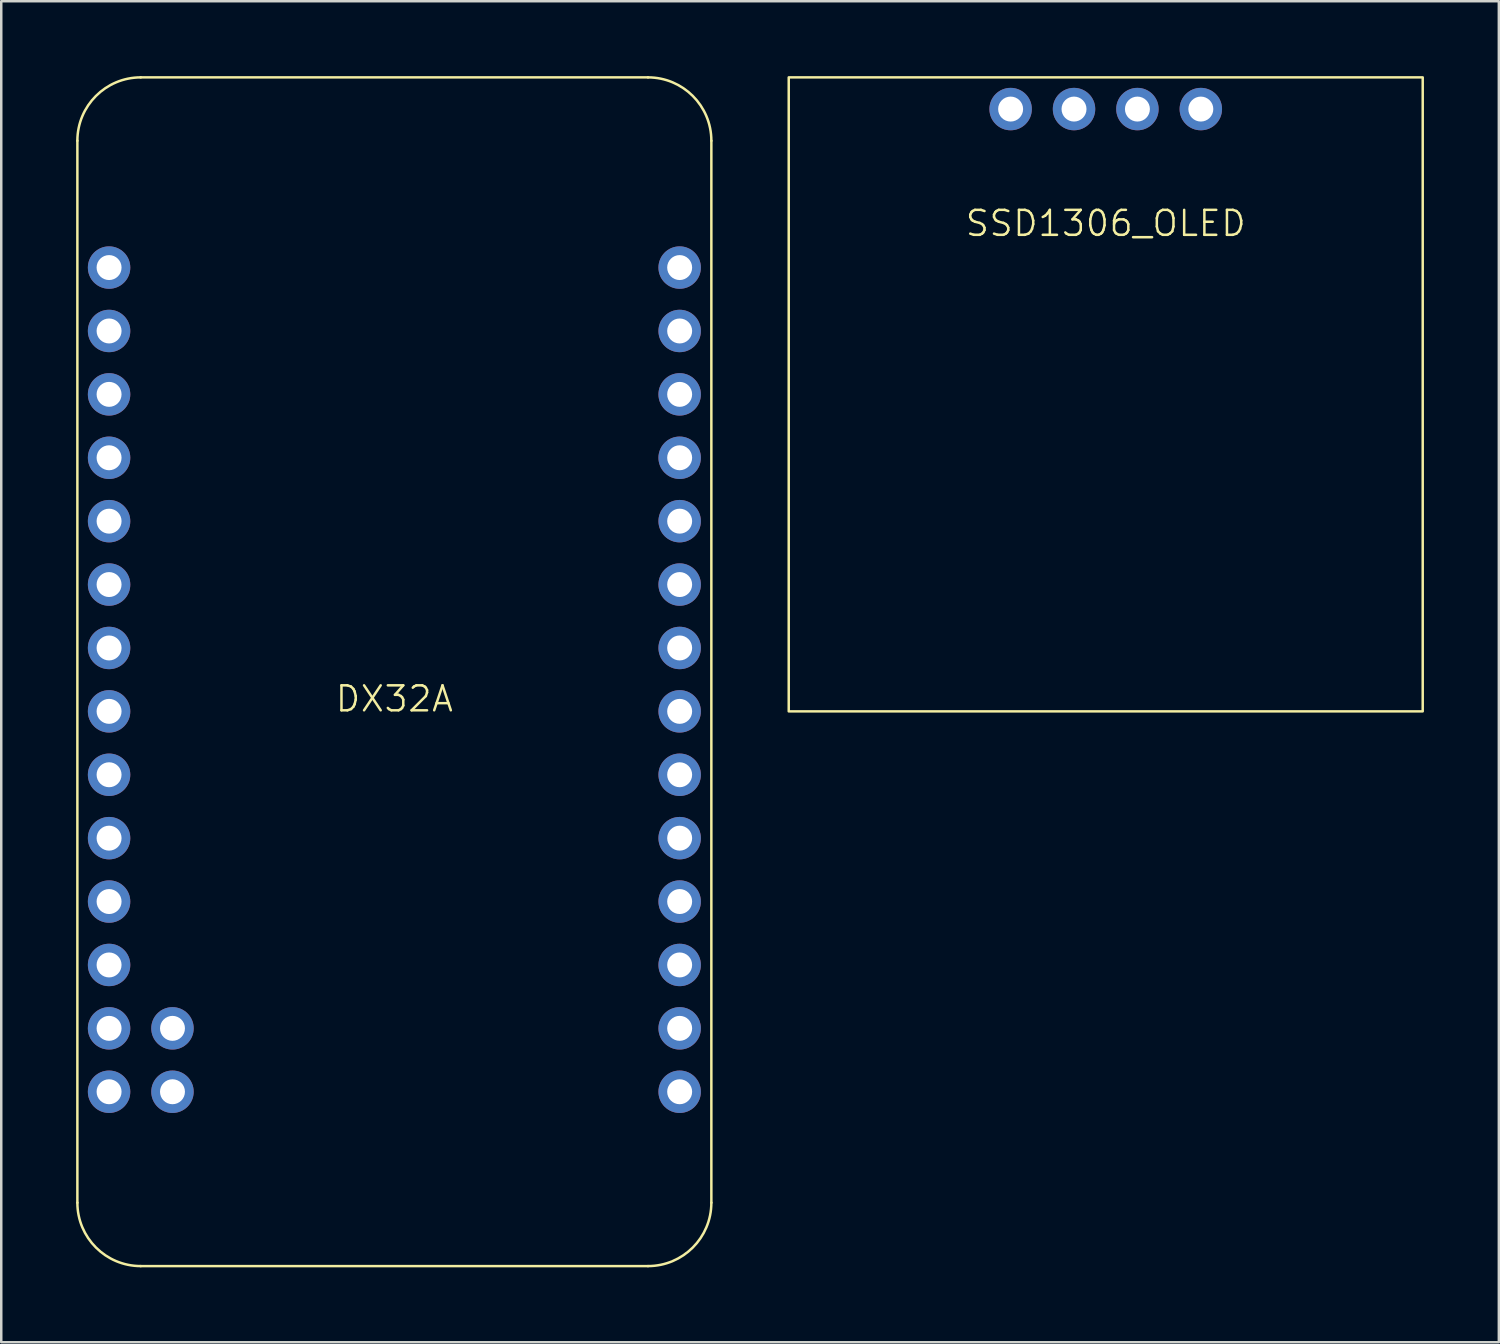
<source format=kicad_pcb>
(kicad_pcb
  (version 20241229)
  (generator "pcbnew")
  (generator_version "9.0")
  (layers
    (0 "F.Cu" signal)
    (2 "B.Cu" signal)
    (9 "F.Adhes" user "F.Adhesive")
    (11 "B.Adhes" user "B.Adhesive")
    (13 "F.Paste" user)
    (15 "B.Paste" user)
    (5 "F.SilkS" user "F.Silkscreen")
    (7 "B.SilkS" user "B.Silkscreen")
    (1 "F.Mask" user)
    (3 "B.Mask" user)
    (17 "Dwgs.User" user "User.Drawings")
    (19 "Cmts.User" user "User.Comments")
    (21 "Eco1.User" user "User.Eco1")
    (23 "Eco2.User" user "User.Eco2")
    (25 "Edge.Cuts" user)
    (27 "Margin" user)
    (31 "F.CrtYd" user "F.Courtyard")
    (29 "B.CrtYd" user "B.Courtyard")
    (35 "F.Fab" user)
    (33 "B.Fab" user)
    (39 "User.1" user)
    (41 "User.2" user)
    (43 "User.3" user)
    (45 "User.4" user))
  (footprint "SSD1306_OLED"
    (layer "F.Cu")
    (at 41.25 6.4)
    (property "Reference" "SSD1306_OLED" (at 0 -0.5 0) (unlocked yes) (layer "F.SilkS") (effects (font (size 1 1) (thickness 0.1))))
    (attr through_hole)
    (fp_rect (start -12.7 -6.35) (end 12.7 19.05) (stroke (width 0.1) (type default)) (fill no) (layer "F.SilkS"))
    (pad "1" thru_hole circle (at -3.81 -5.08) (size 1.7 1.7) (drill 1) (layers "*.Cu" "*.Mask"))
    (pad "2" thru_hole circle (at -1.27 -5.08) (size 1.7 1.7) (drill 1) (layers "*.Cu" "*.Mask"))
    (pad "3" thru_hole circle (at 1.27 -5.08) (size 1.7 1.7) (drill 1) (layers "*.Cu" "*.Mask"))
    (pad "4" thru_hole circle (at 3.81 -5.08) (size 1.7 1.7) (drill 1) (layers "*.Cu" "*.Mask")))
  (footprint "DX32A"
    (layer "F.Cu")
    (at 12.75 25.45)
    (property "Reference" "DX32A" (at 0 -0.5 0) (unlocked yes) (layer "F.SilkS") (effects (font (size 1 1) (thickness 0.1))))
    (attr through_hole)
    (fp_line (start -12.7 19.685) (end -12.7 -22.86) (stroke (width 0.1) (type default)) (layer "F.SilkS"))
    (fp_line (start -10.16 -25.4) (end 10.16 -25.4) (stroke (width 0.1) (type default)) (layer "F.SilkS"))
    (fp_line (start -10.16 22.225) (end 10.16 22.225) (stroke (width 0.1) (type default)) (layer "F.SilkS"))
    (fp_line (start 12.7 -22.86) (end 12.7 19.685) (stroke (width 0.1) (type default)) (layer "F.SilkS"))
    (fp_arc (start -12.7 -22.86) (mid -11.956051 -24.656051) (end -10.16 -25.4) (stroke (width 0.1) (type default)) (layer "F.SilkS"))
    (fp_arc (start -10.16 22.225) (mid -11.956051 21.481051) (end -12.7 19.685) (stroke (width 0.1) (type default)) (layer "F.SilkS"))
    (fp_arc (start 10.16 -25.4) (mid 11.956051 -24.656051) (end 12.7 -22.86) (stroke (width 0.1) (type default)) (layer "F.SilkS"))
    (fp_arc (start 12.7 19.685) (mid 11.956051 21.481051) (end 10.16 22.225) (stroke (width 0.1) (type default)) (layer "F.SilkS"))
    (pad "1" thru_hole circle (at 11.43 15.24) (size 1.7 1.7) (drill 1) (layers "*.Cu" "*.Mask"))
    (pad "2" thru_hole circle (at 11.43 12.7) (size 1.7 1.7) (drill 1) (layers "*.Cu" "*.Mask"))
    (pad "3" thru_hole circle (at 11.43 10.16) (size 1.7 1.7) (drill 1) (layers "*.Cu" "*.Mask"))
    (pad "4" thru_hole circle (at 11.43 7.62) (size 1.7 1.7) (drill 1) (layers "*.Cu" "*.Mask"))
    (pad "5" thru_hole circle (at 11.43 5.08) (size 1.7 1.7) (drill 1) (layers "*.Cu" "*.Mask"))
    (pad "6" thru_hole circle (at 11.43 2.54) (size 1.7 1.7) (drill 1) (layers "*.Cu" "*.Mask"))
    (pad "7" thru_hole circle (at 11.43 0) (size 1.7 1.7) (drill 1) (layers "*.Cu" "*.Mask"))
    (pad "8" thru_hole circle (at 11.43 -2.54) (size 1.7 1.7) (drill 1) (layers "*.Cu" "*.Mask"))
    (pad "9" thru_hole circle (at 11.43 -5.08) (size 1.7 1.7) (drill 1) (layers "*.Cu" "*.Mask"))
    (pad "10" thru_hole circle (at 11.43 -7.62) (size 1.7 1.7) (drill 1) (layers "*.Cu" "*.Mask"))
    (pad "11" thru_hole circle (at 11.43 -10.16) (size 1.7 1.7) (drill 1) (layers "*.Cu" "*.Mask"))
    (pad "12" thru_hole circle (at 11.43 -12.7) (size 1.7 1.7) (drill 1) (layers "*.Cu" "*.Mask"))
    (pad "13" thru_hole circle (at 11.43 -15.24) (size 1.7 1.7) (drill 1) (layers "*.Cu" "*.Mask"))
    (pad "14" thru_hole circle (at 11.43 -17.78) (size 1.7 1.7) (drill 1) (layers "*.Cu" "*.Mask"))
    (pad "15" thru_hole circle (at -11.43 -17.78) (size 1.7 1.7) (drill 1) (layers "*.Cu" "*.Mask"))
    (pad "16" thru_hole circle (at -11.43 -15.24) (size 1.7 1.7) (drill 1) (layers "*.Cu" "*.Mask"))
    (pad "17" thru_hole circle (at -11.43 -12.7) (size 1.7 1.7) (drill 1) (layers "*.Cu" "*.Mask"))
    (pad "18" thru_hole circle (at -11.43 -10.16) (size 1.7 1.7) (drill 1) (layers "*.Cu" "*.Mask"))
    (pad "19" thru_hole circle (at -11.43 -7.62) (size 1.7 1.7) (drill 1) (layers "*.Cu" "*.Mask"))
    (pad "20" thru_hole circle (at -11.43 -5.08) (size 1.7 1.7) (drill 1) (layers "*.Cu" "*.Mask"))
    (pad "21" thru_hole circle (at -11.43 -2.54) (size 1.7 1.7) (drill 1) (layers "*.Cu" "*.Mask"))
    (pad "22" thru_hole circle (at -11.43 0) (size 1.7 1.7) (drill 1) (layers "*.Cu" "*.Mask"))
    (pad "23" thru_hole circle (at -11.43 2.54) (size 1.7 1.7) (drill 1) (layers "*.Cu" "*.Mask"))
    (pad "24" thru_hole circle (at -11.43 5.08) (size 1.7 1.7) (drill 1) (layers "*.Cu" "*.Mask"))
    (pad "25" thru_hole circle (at -11.43 7.62) (size 1.7 1.7) (drill 1) (layers "*.Cu" "*.Mask"))
    (pad "26" thru_hole circle (at -11.43 10.16) (size 1.7 1.7) (drill 1) (layers "*.Cu" "*.Mask"))
    (pad "27" thru_hole circle (at -11.43 12.7) (size 1.7 1.7) (drill 1) (layers "*.Cu" "*.Mask"))
    (pad "28" thru_hole circle (at -11.43 15.24) (size 1.7 1.7) (drill 1) (layers "*.Cu" "*.Mask"))
    (pad "29" thru_hole circle (at -8.89 12.7) (size 1.7 1.7) (drill 1) (layers "*.Cu" "*.Mask"))
    (pad "30" thru_hole circle (at -8.89 15.24) (size 1.7 1.7) (drill 1) (layers "*.Cu" "*.Mask")))
  (gr_rect
    (start -3 -3)
    (end 57 50.725)
    (stroke (width 0.1) (type default))
    (fill no)
    (layer "Edge.Cuts")))
</source>
